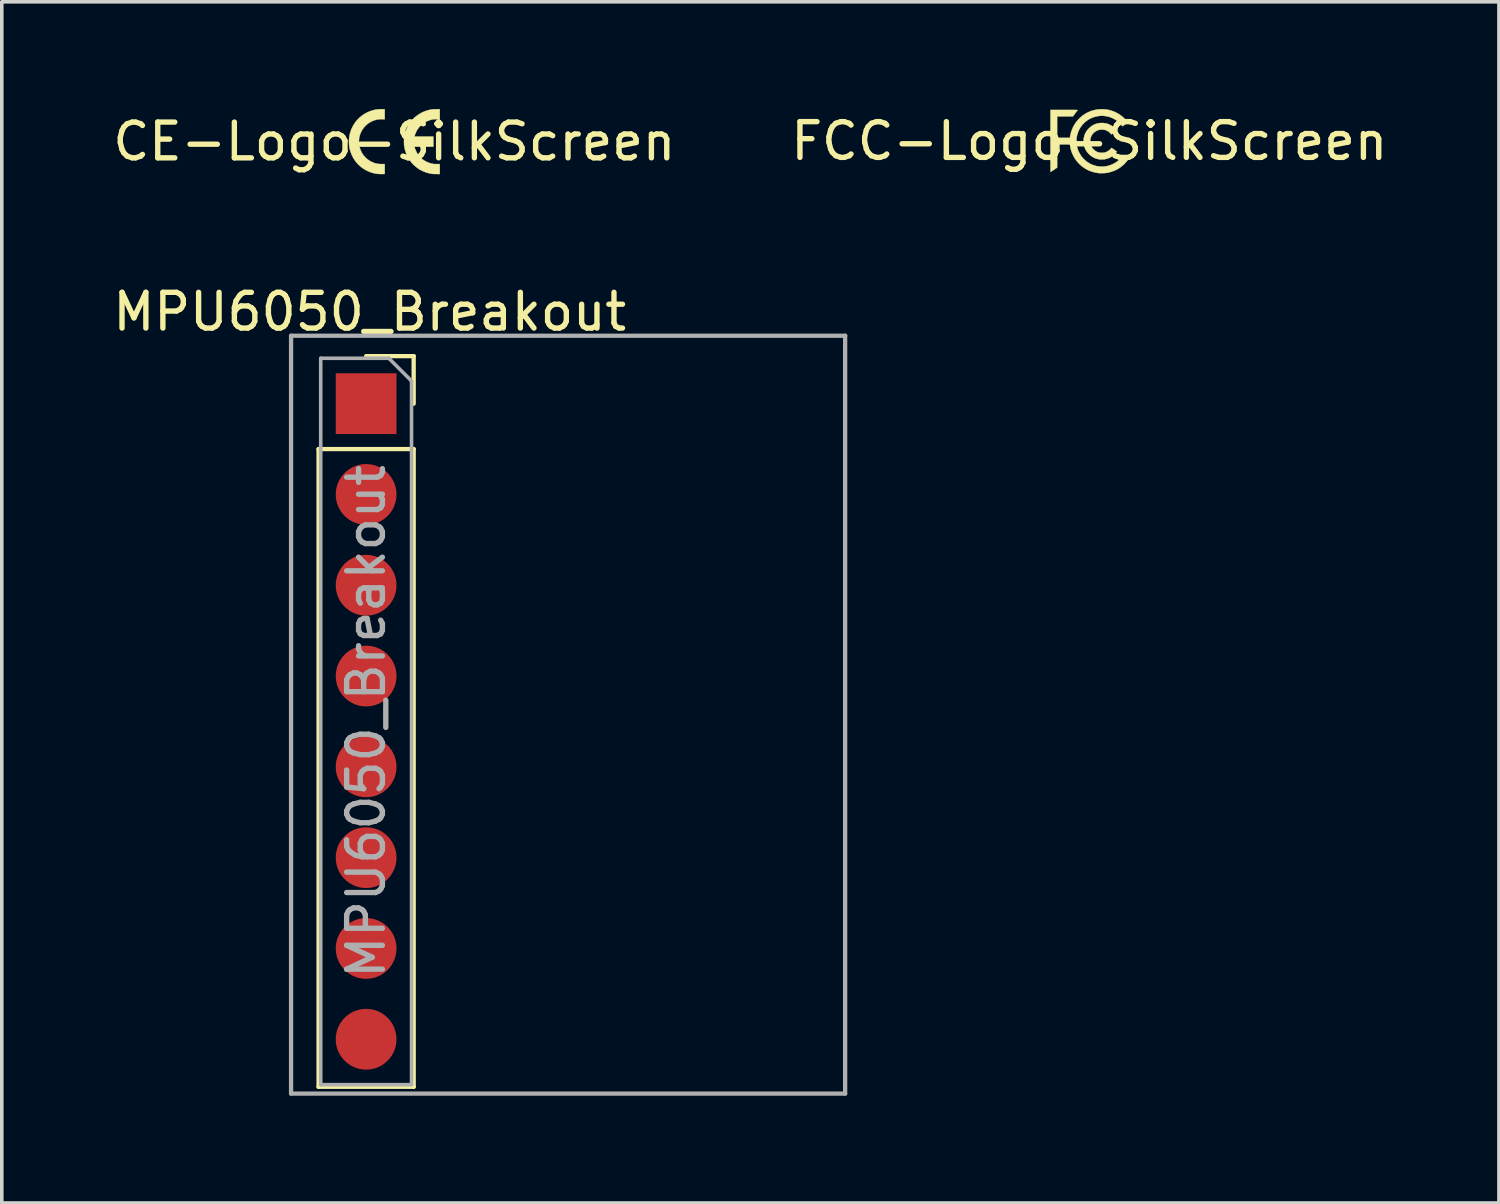
<source format=kicad_pcb>
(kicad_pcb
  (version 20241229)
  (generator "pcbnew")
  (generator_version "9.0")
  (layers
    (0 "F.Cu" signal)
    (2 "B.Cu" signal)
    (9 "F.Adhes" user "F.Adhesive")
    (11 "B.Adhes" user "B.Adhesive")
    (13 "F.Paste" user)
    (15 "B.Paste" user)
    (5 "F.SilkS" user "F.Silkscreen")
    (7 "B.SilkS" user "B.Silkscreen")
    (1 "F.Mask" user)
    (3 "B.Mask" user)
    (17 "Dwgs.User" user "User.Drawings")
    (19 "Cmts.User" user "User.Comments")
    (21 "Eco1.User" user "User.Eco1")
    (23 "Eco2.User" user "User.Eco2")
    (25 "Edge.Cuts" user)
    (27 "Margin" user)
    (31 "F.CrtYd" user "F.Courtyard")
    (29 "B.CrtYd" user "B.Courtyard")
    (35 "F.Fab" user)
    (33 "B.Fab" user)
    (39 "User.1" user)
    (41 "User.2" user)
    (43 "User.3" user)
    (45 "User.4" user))
  (footprint "FCC-Logo-SilkScreen"
    (layer "F.Cu")
    (at 27.423 0.898)
    (property "Reference" "FCC-Logo-SilkScreen" (at 0 0 0) (layer "F.SilkS") (effects (font (size 1 1) (thickness 0.15))))
    (attr exclude_from_pos_files exclude_from_bom)
    (fp_poly (pts (xy 0.412 -0.505) (xy 0.471 -0.495) (xy 0.527 -0.479) (xy 0.58 -0.455) (xy 0.633 -0.424) (xy 0.679 -0.389) (xy 0.694 -0.377) (xy 0.709 -0.363) (xy 0.724 -0.347) (xy 0.737 -0.332) (xy 0.749 -0.318) (xy 0.757 -0.307) (xy 0.76 -0.3) (xy 0.76 -0.3) (xy 0.757 -0.296) (xy 0.749 -0.289) (xy 0.736 -0.279) (xy 0.72 -0.266) (xy 0.703 -0.252) (xy 0.684 -0.238) (xy 0.666 -0.224) (xy 0.649 -0.212) (xy 0.635 -0.202) (xy 0.624 -0.194) (xy 0.617 -0.191) (xy 0.617 -0.191) (xy 0.612 -0.194) (xy 0.606 -0.201) (xy 0.601 -0.207) (xy 0.581 -0.23) (xy 0.554 -0.253) (xy 0.523 -0.275) (xy 0.494 -0.291) (xy 0.448 -0.31) (xy 0.401 -0.321) (xy 0.352 -0.325) (xy 0.303 -0.321) (xy 0.255 -0.311) (xy 0.209 -0.293) (xy 0.209 -0.292) (xy 0.164 -0.267) (xy 0.124 -0.235) (xy 0.091 -0.199) (xy 0.064 -0.159) (xy 0.044 -0.114) (xy 0.031 -0.067) (xy 0.024 -0.016) (xy 0.024 0.001) (xy 0.027 0.053) (xy 0.038 0.1) (xy 0.055 0.145) (xy 0.08 0.186) (xy 0.113 0.225) (xy 0.126 0.238) (xy 0.16 0.267) (xy 0.194 0.289) (xy 0.233 0.307) (xy 0.274 0.32) (xy 0.295 0.324) (xy 0.322 0.326) (xy 0.351 0.327) (xy 0.38 0.326) (xy 0.406 0.324) (xy 0.426 0.32) (xy 0.466 0.307) (xy 0.505 0.288) (xy 0.542 0.265) (xy 0.575 0.238) (xy 0.6 0.212) (xy 0.611 0.199) (xy 0.619 0.192) (xy 0.625 0.19) (xy 0.625 0.19) (xy 0.629 0.192) (xy 0.638 0.199) (xy 0.652 0.209) (xy 0.668 0.22) (xy 0.687 0.233) (xy 0.706 0.247) (xy 0.724 0.26) (xy 0.741 0.272) (xy 0.755 0.282) (xy 0.765 0.289) (xy 0.769 0.292) (xy 0.77 0.292) (xy 0.768 0.296) (xy 0.763 0.304) (xy 0.754 0.316) (xy 0.742 0.33) (xy 0.73 0.344) (xy 0.716 0.358) (xy 0.712 0.363) (xy 0.665 0.405) (xy 0.613 0.44) (xy 0.557 0.469) (xy 0.497 0.491) (xy 0.444 0.504) (xy 0.424 0.507) (xy 0.4 0.509) (xy 0.373 0.511) (xy 0.345 0.512) (xy 0.318 0.512) (xy 0.296 0.511) (xy 0.282 0.509) (xy 0.217 0.496) (xy 0.157 0.476) (xy 0.101 0.448) (xy 0.048 0.414) (xy -0.001 0.373) (xy -0.007 0.368) (xy -0.049 0.322) (xy -0.085 0.271) (xy -0.115 0.217) (xy -0.137 0.16) (xy -0.153 0.101) (xy -0.161 0.041) (xy -0.162 -0.02) (xy -0.155 -0.082) (xy -0.141 -0.143) (xy -0.137 -0.157) (xy -0.118 -0.208) (xy -0.094 -0.254) (xy -0.065 -0.298) (xy -0.03 -0.34) (xy -0.01 -0.359) (xy 0.038 -0.403) (xy 0.089 -0.438) (xy 0.142 -0.467) (xy 0.199 -0.487) (xy 0.259 -0.501) (xy 0.322 -0.508) (xy 0.349 -0.508) (xy 0.412 -0.505)) (stroke (width 0.01) (type solid)) (fill yes) (layer "F.SilkS"))
    (fp_poly (pts (xy 0.449 -0.888) (xy 0.529 -0.876) (xy 0.554 -0.87) (xy 0.634 -0.847) (xy 0.712 -0.817) (xy 0.787 -0.78) (xy 0.858 -0.736) (xy 0.924 -0.685) (xy 0.984 -0.631) (xy 0.997 -0.618) (xy 1.011 -0.602) (xy 1.026 -0.586) (xy 1.041 -0.569) (xy 1.054 -0.553) (xy 1.065 -0.54) (xy 1.072 -0.53) (xy 1.075 -0.524) (xy 1.075 -0.524) (xy 1.072 -0.521) (xy 1.065 -0.515) (xy 1.059 -0.51) (xy 1.05 -0.504) (xy 1.036 -0.494) (xy 1.019 -0.481) (xy 1 -0.467) (xy 0.987 -0.458) (xy 0.969 -0.444) (xy 0.953 -0.433) (xy 0.941 -0.424) (xy 0.933 -0.418) (xy 0.93 -0.417) (xy 0.926 -0.42) (xy 0.919 -0.428) (xy 0.908 -0.439) (xy 0.896 -0.454) (xy 0.894 -0.457) (xy 0.845 -0.509) (xy 0.791 -0.556) (xy 0.733 -0.597) (xy 0.67 -0.633) (xy 0.604 -0.662) (xy 0.536 -0.684) (xy 0.466 -0.699) (xy 0.395 -0.708) (xy 0.323 -0.709) (xy 0.295 -0.707) (xy 0.22 -0.697) (xy 0.147 -0.679) (xy 0.078 -0.655) (xy 0.012 -0.624) (xy -0.049 -0.587) (xy -0.107 -0.544) (xy -0.159 -0.496) (xy -0.207 -0.442) (xy -0.249 -0.383) (xy -0.285 -0.32) (xy -0.315 -0.252) (xy -0.338 -0.18) (xy -0.348 -0.139) (xy -0.352 -0.122) (xy -0.354 -0.106) (xy -0.356 -0.092) (xy -0.358 -0.076) (xy -0.358 -0.057) (xy -0.359 -0.034) (xy -0.359 -0.005) (xy -0.359 -0.002) (xy -0.359 0.031) (xy -0.358 0.057) (xy -0.357 0.079) (xy -0.356 0.098) (xy -0.354 0.114) (xy -0.352 0.125) (xy -0.334 0.198) (xy -0.31 0.268) (xy -0.278 0.334) (xy -0.241 0.397) (xy -0.197 0.455) (xy -0.148 0.509) (xy -0.094 0.557) (xy -0.034 0.6) (xy 0.029 0.637) (xy 0.074 0.657) (xy 0.145 0.683) (xy 0.217 0.701) (xy 0.291 0.71) (xy 0.365 0.713) (xy 0.44 0.707) (xy 0.493 0.698) (xy 0.562 0.68) (xy 0.629 0.655) (xy 0.695 0.623) (xy 0.758 0.584) (xy 0.783 0.566) (xy 0.808 0.546) (xy 0.834 0.522) (xy 0.861 0.496) (xy 0.886 0.469) (xy 0.907 0.445) (xy 0.911 0.439) (xy 0.921 0.426) (xy 0.93 0.416) (xy 0.935 0.41) (xy 0.937 0.409) (xy 0.941 0.411) (xy 0.951 0.417) (xy 0.964 0.426) (xy 0.98 0.438) (xy 0.985 0.442) (xy 1.004 0.455) (xy 1.024 0.469) (xy 1.042 0.482) (xy 1.056 0.492) (xy 1.057 0.492) (xy 1.069 0.501) (xy 1.078 0.508) (xy 1.083 0.513) (xy 1.083 0.514) (xy 1.081 0.52) (xy 1.073 0.531) (xy 1.062 0.546) (xy 1.047 0.564) (xy 1.03 0.584) (xy 1.011 0.605) (xy 0.991 0.626) (xy 0.971 0.647) (xy 0.964 0.654) (xy 0.905 0.705) (xy 0.84 0.752) (xy 0.771 0.793) (xy 0.697 0.827) (xy 0.62 0.855) (xy 0.541 0.877) (xy 0.5 0.885) (xy 0.479 0.888) (xy 0.457 0.891) (xy 0.433 0.893) (xy 0.406 0.894) (xy 0.373 0.895) (xy 0.365 0.895) (xy 0.339 0.895) (xy 0.315 0.895) (xy 0.294 0.895) (xy 0.278 0.895) (xy 0.267 0.895) (xy 0.266 0.895) (xy 0.192 0.883) (xy 0.122 0.868) (xy 0.057 0.848) (xy -0.007 0.824) (xy -0.042 0.808) (xy -0.115 0.768) (xy -0.183 0.722) (xy -0.247 0.67) (xy -0.305 0.613) (xy -0.359 0.551) (xy -0.406 0.484) (xy -0.447 0.412) (xy -0.482 0.337) (xy -0.51 0.259) (xy -0.52 0.222) (xy -0.523 0.21) (xy -0.526 0.198) (xy -0.528 0.184) (xy -0.532 0.167) (xy -0.535 0.145) (xy -0.54 0.117) (xy -0.542 0.104) (xy -0.544 0.091) (xy -0.901 0.091) (xy -0.901 0.741) (xy -0.991 0.801) (xy -1.015 0.817) (xy -1.037 0.831) (xy -1.055 0.843) (xy -1.07 0.853) (xy -1.08 0.859) (xy -1.084 0.861) (xy -1.085 0.861) (xy -1.085 0.857) (xy -1.085 0.846) (xy -1.085 0.827) (xy -1.086 0.802) (xy -1.086 0.769) (xy -1.086 0.731) (xy -1.086 0.687) (xy -1.086 0.638) (xy -1.087 0.583) (xy -1.087 0.524) (xy -1.087 0.461) (xy -1.087 0.393) (xy -1.087 0.322) (xy -1.087 0.248) (xy -1.087 0.17) (xy -1.087 0.091) (xy -1.087 0.009) (xy -1.087 -0.006) (xy -1.087 -0.873) (xy -0.706 -0.873) (xy -0.641 -0.873) (xy -0.582 -0.873) (xy -0.531 -0.873) (xy -0.487 -0.873) (xy -0.449 -0.873) (xy -0.417 -0.872) (xy -0.391 -0.872) (xy -0.37 -0.872) (xy -0.354 -0.871) (xy -0.342 -0.871) (xy -0.334 -0.87) (xy -0.329 -0.869) (xy -0.328 -0.868) (xy -0.328 -0.868) (xy -0.331 -0.864) (xy -0.338 -0.854) (xy -0.349 -0.839) (xy -0.362 -0.821) (xy -0.378 -0.8) (xy -0.395 -0.777) (xy -0.396 -0.777) (xy -0.461 -0.691) (xy -0.901 -0.691) (xy -0.901 -0.091) (xy -0.723 -0.091) (xy -0.68 -0.091) (xy -0.644 -0.091) (xy -0.615 -0.091) (xy -0.592 -0.092) (xy -0.574 -0.092) (xy -0.561 -0.093) (xy -0.551 -0.095) (xy -0.545 -0.097) (xy -0.542 -0.099) (xy -0.54 -0.102) (xy -0.54 -0.106) (xy -0.54 -0.111) (xy -0.54 -0.114) (xy -0.539 -0.127) (xy -0.535 -0.146) (xy -0.531 -0.169) (xy -0.525 -0.195) (xy -0.518 -0.222) (xy -0.51 -0.25) (xy -0.503 -0.275) (xy -0.5 -0.283) (xy -0.47 -0.36) (xy -0.433 -0.434) (xy -0.39 -0.504) (xy -0.34 -0.569) (xy -0.285 -0.63) (xy -0.224 -0.686) (xy -0.159 -0.736) (xy -0.089 -0.78) (xy -0.03 -0.81) (xy 0.045 -0.841) (xy 0.123 -0.865) (xy 0.204 -0.881) (xy 0.285 -0.891) (xy 0.367 -0.893) (xy 0.449 -0.888)) (stroke (width 0.01) (type solid)) (fill yes) (layer "F.SilkS")))
  (footprint "CE-Logo-SilkScreen"
    (layer "F.Cu")
    (at 7.982 0.91)
    (property "Reference" "CE-Logo-SilkScreen" (at 0 0 0) (layer "F.SilkS") (effects (font (size 1 1) (thickness 0.15))))
    (attr exclude_from_pos_files exclude_from_bom)
    (fp_poly (pts (xy -0.318 -0.905) (xy -0.299 -0.904) (xy -0.285 -0.903) (xy -0.279 -0.902) (xy -0.27 -0.9) (xy -0.27 -0.624) (xy -0.333 -0.626) (xy -0.396 -0.626) (xy -0.454 -0.621) (xy -0.509 -0.61) (xy -0.563 -0.594) (xy -0.618 -0.572) (xy -0.641 -0.561) (xy -0.695 -0.532) (xy -0.744 -0.498) (xy -0.79 -0.459) (xy -0.807 -0.442) (xy -0.854 -0.39) (xy -0.895 -0.333) (xy -0.929 -0.271) (xy -0.957 -0.206) (xy -0.977 -0.137) (xy -0.983 -0.109) (xy -0.987 -0.084) (xy -0.989 -0.053) (xy -0.99 -0.019) (xy -0.99 0.017) (xy -0.989 0.052) (xy -0.987 0.084) (xy -0.983 0.111) (xy -0.983 0.113) (xy -0.966 0.182) (xy -0.942 0.247) (xy -0.912 0.309) (xy -0.875 0.367) (xy -0.832 0.42) (xy -0.784 0.469) (xy -0.731 0.512) (xy -0.673 0.549) (xy -0.61 0.58) (xy -0.555 0.601) (xy -0.524 0.61) (xy -0.496 0.617) (xy -0.468 0.623) (xy -0.439 0.626) (xy -0.406 0.628) (xy -0.369 0.629) (xy -0.352 0.629) (xy -0.27 0.629) (xy -0.27 0.904) (xy -0.279 0.906) (xy -0.286 0.907) (xy -0.301 0.908) (xy -0.32 0.908) (xy -0.342 0.908) (xy -0.367 0.908) (xy -0.393 0.908) (xy -0.417 0.907) (xy -0.44 0.906) (xy -0.459 0.906) (xy -0.472 0.904) (xy -0.472 0.904) (xy -0.506 0.9) (xy -0.544 0.892) (xy -0.584 0.883) (xy -0.622 0.873) (xy -0.647 0.865) (xy -0.726 0.835) (xy -0.801 0.798) (xy -0.872 0.755) (xy -0.938 0.706) (xy -0.999 0.651) (xy -1.055 0.592) (xy -1.105 0.527) (xy -1.149 0.458) (xy -1.187 0.385) (xy -1.218 0.309) (xy -1.243 0.229) (xy -1.26 0.146) (xy -1.264 0.119) (xy -1.267 0.094) (xy -1.269 0.062) (xy -1.269 0.028) (xy -1.27 -0.009) (xy -1.269 -0.044) (xy -1.268 -0.077) (xy -1.265 -0.105) (xy -1.264 -0.115) (xy -1.249 -0.2) (xy -1.226 -0.282) (xy -1.196 -0.361) (xy -1.159 -0.436) (xy -1.115 -0.508) (xy -1.091 -0.542) (xy -1.038 -0.607) (xy -0.979 -0.666) (xy -0.915 -0.72) (xy -0.847 -0.767) (xy -0.775 -0.808) (xy -0.699 -0.842) (xy -0.62 -0.87) (xy -0.538 -0.89) (xy -0.48 -0.899) (xy -0.465 -0.901) (xy -0.444 -0.902) (xy -0.42 -0.903) (xy -0.394 -0.904) (xy -0.367 -0.905) (xy -0.341 -0.905) (xy -0.318 -0.905)) (stroke (width 0.01) (type solid)) (fill yes) (layer "F.SilkS"))
    (fp_poly (pts (xy 1.27 -0.625) (xy 1.182 -0.625) (xy 1.151 -0.625) (xy 1.127 -0.624) (xy 1.108 -0.624) (xy 1.092 -0.623) (xy 1.077 -0.621) (xy 1.063 -0.618) (xy 1.053 -0.616) (xy 0.984 -0.597) (xy 0.918 -0.571) (xy 0.856 -0.539) (xy 0.798 -0.5) (xy 0.745 -0.456) (xy 0.697 -0.406) (xy 0.655 -0.351) (xy 0.648 -0.34) (xy 0.632 -0.314) (xy 0.616 -0.284) (xy 0.601 -0.251) (xy 0.587 -0.218) (xy 0.576 -0.187) (xy 0.568 -0.159) (xy 0.566 -0.152) (xy 0.563 -0.139) (xy 1.091 -0.139) (xy 1.091 0.143) (xy 0.563 0.143) (xy 0.566 0.156) (xy 0.573 0.183) (xy 0.585 0.215) (xy 0.599 0.249) (xy 0.614 0.283) (xy 0.631 0.315) (xy 0.648 0.344) (xy 0.651 0.348) (xy 0.694 0.406) (xy 0.743 0.457) (xy 0.796 0.503) (xy 0.854 0.542) (xy 0.916 0.574) (xy 0.982 0.6) (xy 1.052 0.619) (xy 1.054 0.62) (xy 1.07 0.623) (xy 1.084 0.625) (xy 1.099 0.627) (xy 1.116 0.628) (xy 1.137 0.629) (xy 1.162 0.629) (xy 1.184 0.629) (xy 1.27 0.629) (xy 1.27 0.909) (xy 1.184 0.908) (xy 1.156 0.908) (xy 1.129 0.907) (xy 1.105 0.907) (xy 1.084 0.906) (xy 1.07 0.905) (xy 1.068 0.904) (xy 1 0.894) (xy 0.93 0.876) (xy 0.861 0.854) (xy 0.793 0.826) (xy 0.729 0.794) (xy 0.712 0.784) (xy 0.663 0.752) (xy 0.614 0.715) (xy 0.565 0.674) (xy 0.52 0.631) (xy 0.48 0.587) (xy 0.469 0.573) (xy 0.42 0.507) (xy 0.378 0.436) (xy 0.342 0.36) (xy 0.312 0.282) (xy 0.29 0.2) (xy 0.274 0.117) (xy 0.273 0.111) (xy 0.271 0.09) (xy 0.27 0.062) (xy 0.269 0.031) (xy 0.269 -0.001) (xy 0.269 -0.034) (xy 0.27 -0.064) (xy 0.272 -0.09) (xy 0.273 -0.107) (xy 0.289 -0.193) (xy 0.312 -0.275) (xy 0.341 -0.355) (xy 0.377 -0.43) (xy 0.419 -0.502) (xy 0.468 -0.568) (xy 0.469 -0.569) (xy 0.523 -0.63) (xy 0.582 -0.686) (xy 0.647 -0.737) (xy 0.716 -0.781) (xy 0.788 -0.82) (xy 0.863 -0.851) (xy 0.94 -0.876) (xy 0.97 -0.883) (xy 1.008 -0.891) (xy 1.042 -0.897) (xy 1.076 -0.901) (xy 1.112 -0.903) (xy 1.152 -0.905) (xy 1.186 -0.905) (xy 1.27 -0.905) (xy 1.27 -0.625)) (stroke (width 0.01) (type solid)) (fill yes) (layer "F.SilkS")))
  (footprint "MPU6050_Breakout"
    (layer "F.Cu")
    (at 7.292 8.442)
    (property "Reference" "MPU6050_Breakout" (at 0 -2.77 180) (layer "F.SilkS") (effects (font (size 1 1) (thickness 0.15))))
    (attr through_hole)
    (fp_line (start -1.43 1.07) (end -1.43 18.91) (stroke (width 0.12) (type solid)) (layer "F.SilkS"))
    (fp_line (start -1.43 1.07) (end 1.23 1.07) (stroke (width 0.12) (type solid)) (layer "F.SilkS"))
    (fp_line (start -1.43 18.91) (end 1.23 18.91) (stroke (width 0.12) (type solid)) (layer "F.SilkS"))
    (fp_line (start -0.1 -1.53) (end 1.23 -1.53) (stroke (width 0.12) (type solid)) (layer "F.SilkS"))
    (fp_line (start 1.23 -1.53) (end 1.23 -0.2) (stroke (width 0.12) (type solid)) (layer "F.SilkS"))
    (fp_line (start 1.23 1.07) (end 1.23 18.91) (stroke (width 0.12) (type solid)) (layer "F.SilkS"))
    (fp_line (start -2.2 -2.1) (end -2.2 19.1) (stroke (width 0.12) (type solid)) (layer "F.Fab"))
    (fp_line (start -2.2 -2.1) (end 13.3 -2.1) (stroke (width 0.12) (type solid)) (layer "F.Fab"))
    (fp_line (start -1.37 -1.47) (end 0.535 -1.47) (stroke (width 0.1) (type solid)) (layer "F.Fab"))
    (fp_line (start -1.37 18.85) (end -1.37 -1.47) (stroke (width 0.1) (type solid)) (layer "F.Fab"))
    (fp_line (start 0.535 -1.47) (end 1.17 -0.835) (stroke (width 0.1) (type solid)) (layer "F.Fab"))
    (fp_line (start 1.17 -0.835) (end 1.17 18.85) (stroke (width 0.1) (type solid)) (layer "F.Fab"))
    (fp_line (start 1.17 18.85) (end -1.37 18.85) (stroke (width 0.1) (type solid)) (layer "F.Fab"))
    (fp_line (start 13.3 -2.1) (end 13.3 19.1) (stroke (width 0.12) (type solid)) (layer "F.Fab"))
    (fp_line (start 13.3 19.1) (end -2.2 19.1) (stroke (width 0.12) (type solid)) (layer "F.Fab"))
    (fp_text user "${REFERENCE}" (at -0.1 8.69 90) (layer "F.Fab") (effects (font (size 1 1) (thickness 0.15))))
    (pad "1" smd rect (at -0.1 -0.2) (size 1.7 1.7) (layers "F.Cu" "F.Mask" "F.Paste"))
    (pad "2" smd oval (at -0.1 2.34) (size 1.7 1.7) (layers "F.Cu" "F.Mask" "F.Paste"))
    (pad "3" smd oval (at -0.1 4.88) (size 1.7 1.7) (layers "F.Cu" "F.Mask" "F.Paste"))
    (pad "4" smd oval (at -0.1 7.42) (size 1.7 1.7) (layers "F.Cu" "F.Mask" "F.Paste"))
    (pad "5" smd oval (at -0.1 9.96) (size 1.7 1.7) (layers "F.Cu" "F.Mask" "F.Paste"))
    (pad "6" smd oval (at -0.1 12.5) (size 1.7 1.7) (layers "F.Cu" "F.Mask" "F.Paste"))
    (pad "7" smd oval (at -0.1 15.04) (size 1.7 1.7) (layers "F.Cu" "F.Mask" "F.Paste"))
    (pad "8" smd oval (at -0.1 17.58) (size 1.7 1.7) (layers "F.Cu" "F.Mask" "F.Paste")))
  (gr_rect
    (start -3 -3)
    (end 38.881 30.602)
    (stroke (width 0.1) (type default))
    (fill no)
    (layer "Edge.Cuts")))
</source>
